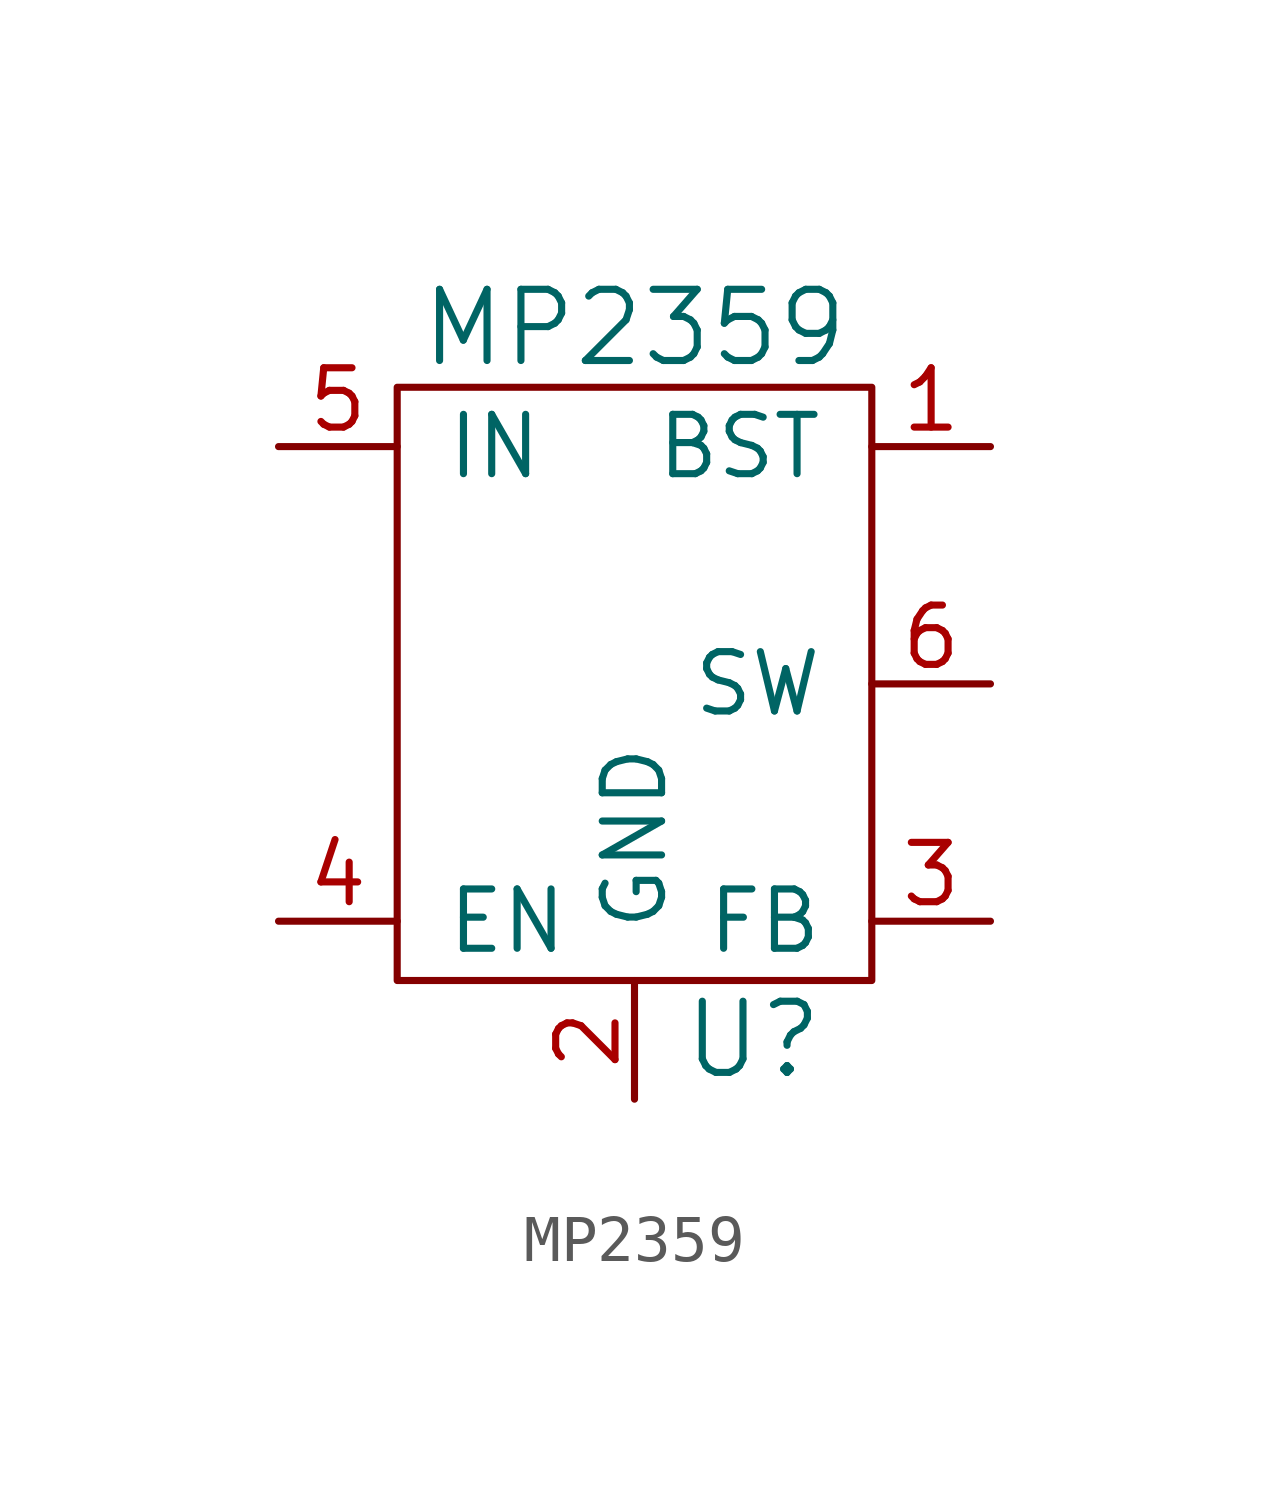
<source format=kicad_sym>
(kicad_symbol_lib
  (version 20211014)
  (generator kicad_symbol_editor)
  (symbol "MP2359"
    (pin_names
      (offset 1.016))
    (property "Reference" "U"
      (at 2.54 -7.62 0)
      (effects (font (size 1.524 1.524))))
    (property "Value" "MP2359"
      (at 0 7.62 0)
      (effects (font (size 1.524 1.524))))
    (symbol "MP2359_0_1"
      (rectangle (start -5.08 6.35) (end 5.08 -6.35) (stroke (width 0) (type default) (color 0 0 0 0)) (fill (type none))))
    (symbol "MP2359_1_1"
      (pin power_out line (at 7.62 5.08 180) (length 2.54) (name "BST" (effects (font (size 1.27 1.27)))) (number "1" (effects (font (size 1.27 1.27)))))
      (pin power_in line (at 0 -8.89 90) (length 2.54) (name "GND" (effects (font (size 1.27 1.27)))) (number "2" (effects (font (size 1.27 1.27)))))
      (pin input line (at 7.62 -5.08 180) (length 2.54) (name "FB" (effects (font (size 1.27 1.27)))) (number "3" (effects (font (size 1.27 1.27)))))
      (pin input line (at -7.62 -5.08 0) (length 2.54) (name "EN" (effects (font (size 1.27 1.27)))) (number "4" (effects (font (size 1.27 1.27)))))
      (pin power_in line (at -7.62 5.08 0) (length 2.54) (name "IN" (effects (font (size 1.27 1.27)))) (number "5" (effects (font (size 1.27 1.27)))))
      (pin power_out line (at 7.62 0 180) (length 2.54) (name "SW" (effects (font (size 1.27 1.27)))) (number "6" (effects (font (size 1.27 1.27))))))))
</source>
